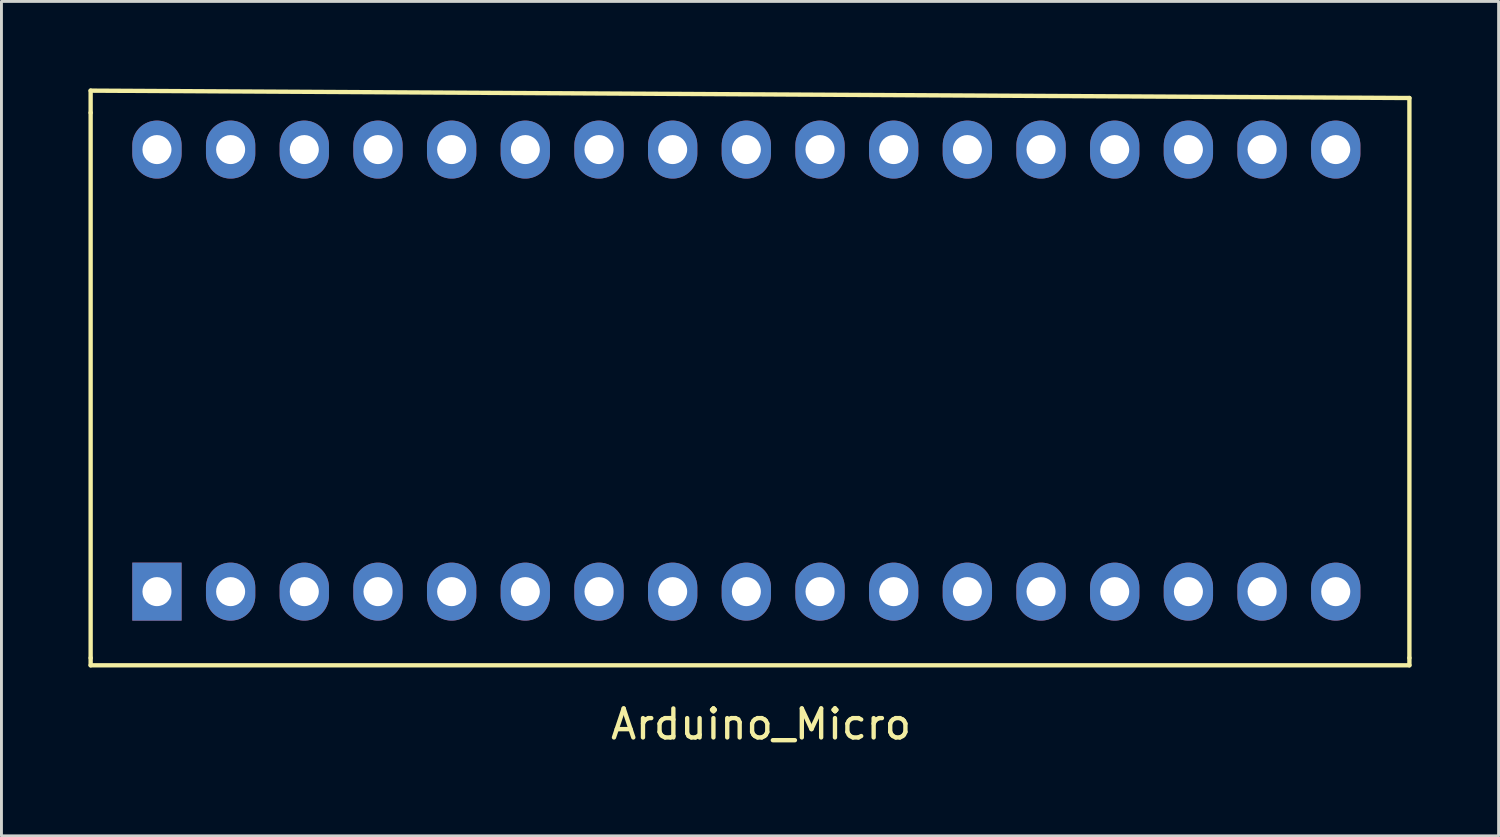
<source format=kicad_pcb>
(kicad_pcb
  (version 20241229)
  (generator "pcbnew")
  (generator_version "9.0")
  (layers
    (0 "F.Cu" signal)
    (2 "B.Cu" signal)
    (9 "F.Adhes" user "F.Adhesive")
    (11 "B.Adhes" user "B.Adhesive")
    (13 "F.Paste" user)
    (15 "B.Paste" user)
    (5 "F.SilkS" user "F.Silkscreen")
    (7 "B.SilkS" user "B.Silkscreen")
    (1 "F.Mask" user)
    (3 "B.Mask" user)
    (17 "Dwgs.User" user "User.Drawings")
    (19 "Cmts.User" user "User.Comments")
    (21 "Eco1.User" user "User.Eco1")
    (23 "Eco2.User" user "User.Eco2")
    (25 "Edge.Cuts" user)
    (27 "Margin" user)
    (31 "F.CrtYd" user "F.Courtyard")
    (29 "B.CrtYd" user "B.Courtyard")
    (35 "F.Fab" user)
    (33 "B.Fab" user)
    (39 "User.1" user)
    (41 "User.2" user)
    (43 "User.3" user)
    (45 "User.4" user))
  (footprint "Arduino_Micro"
    (layer "F.Cu")
    (at 2.361 17.347)
    (property "Reference" "Arduino_Micro" (at 20.828 4.572 0) (layer "F.SilkS") (effects (font (size 1 1) (thickness 0.15))))
    (attr through_hole)
    (fp_line (start -2.286 -17.272) (end -2.286 -16.51) (stroke (width 0.15) (type solid)) (layer "F.SilkS"))
    (fp_line (start -2.286 -16.51) (end -2.286 2.286) (stroke (width 0.15) (type solid)) (layer "F.SilkS"))
    (fp_line (start -2.286 2.54) (end -2.286 2.286) (stroke (width 0.15) (type solid)) (layer "F.SilkS"))
    (fp_line (start -2.286 2.54) (end 43.18 2.54) (stroke (width 0.15) (type solid)) (layer "F.SilkS"))
    (fp_line (start 43.18 -17.018) (end -2.286 -17.272) (stroke (width 0.15) (type solid)) (layer "F.SilkS"))
    (fp_line (start 43.18 2.286) (end 43.18 -17.018) (stroke (width 0.15) (type solid)) (layer "F.SilkS"))
    (fp_line (start 43.18 2.54) (end 43.18 2.286) (stroke (width 0.15) (type solid)) (layer "F.SilkS"))
    (pad "1" thru_hole rect (at 0 0) (size 1.7 2) (drill 1) (layers "*.Cu" "*.Mask"))
    (pad "2" thru_hole oval (at 2.54 0) (size 1.7 2) (drill 1) (layers "*.Cu" "*.Mask"))
    (pad "3" thru_hole oval (at 5.08 0) (size 1.7 2) (drill 1) (layers "*.Cu" "*.Mask"))
    (pad "4" thru_hole oval (at 7.62 0) (size 1.7 2) (drill 1) (layers "*.Cu" "*.Mask"))
    (pad "5" thru_hole oval (at 10.16 0) (size 1.7 2) (drill 1) (layers "*.Cu" "*.Mask"))
    (pad "6" thru_hole oval (at 12.7 0) (size 1.7 2) (drill 1) (layers "*.Cu" "*.Mask"))
    (pad "7" thru_hole oval (at 15.24 0) (size 1.7 2) (drill 1) (layers "*.Cu" "*.Mask"))
    (pad "8" thru_hole oval (at 17.78 0) (size 1.7 2) (drill 1) (layers "*.Cu" "*.Mask"))
    (pad "9" thru_hole oval (at 20.32 0) (size 1.7 2) (drill 1) (layers "*.Cu" "*.Mask"))
    (pad "10" thru_hole oval (at 22.86 0) (size 1.7 2) (drill 1) (layers "*.Cu" "*.Mask"))
    (pad "11" thru_hole oval (at 25.4 0) (size 1.7 2) (drill 1) (layers "*.Cu" "*.Mask"))
    (pad "12" thru_hole oval (at 27.94 0) (size 1.7 2) (drill 1) (layers "*.Cu" "*.Mask"))
    (pad "13" thru_hole oval (at 30.48 0) (size 1.7 2) (drill 1) (layers "*.Cu" "*.Mask"))
    (pad "14" thru_hole oval (at 33.02 0) (size 1.7 2) (drill 1) (layers "*.Cu" "*.Mask"))
    (pad "15" thru_hole oval (at 35.56 0) (size 1.7 2) (drill 1) (layers "*.Cu" "*.Mask"))
    (pad "16" thru_hole oval (at 38.1 0) (size 1.7 2) (drill 1) (layers "*.Cu" "*.Mask"))
    (pad "17" thru_hole oval (at 40.64 0) (size 1.7 2) (drill 1) (layers "*.Cu" "*.Mask"))
    (pad "18" thru_hole oval (at 40.64 -15.24) (size 1.7 2) (drill 1) (layers "*.Cu" "*.Mask"))
    (pad "19" thru_hole oval (at 38.1 -15.24) (size 1.7 2) (drill 1) (layers "*.Cu" "*.Mask"))
    (pad "20" thru_hole oval (at 35.56 -15.24) (size 1.7 2) (drill 1) (layers "*.Cu" "*.Mask"))
    (pad "21" thru_hole oval (at 33.02 -15.24) (size 1.7 2) (drill 1) (layers "*.Cu" "*.Mask"))
    (pad "22" thru_hole oval (at 30.48 -15.24) (size 1.7 2) (drill 1) (layers "*.Cu" "*.Mask"))
    (pad "23" thru_hole oval (at 27.94 -15.24) (size 1.7 2) (drill 1) (layers "*.Cu" "*.Mask"))
    (pad "24" thru_hole oval (at 25.4 -15.24) (size 1.7 2) (drill 1) (layers "*.Cu" "*.Mask"))
    (pad "25" thru_hole oval (at 22.86 -15.24) (size 1.7 2) (drill 1) (layers "*.Cu" "*.Mask"))
    (pad "26" thru_hole oval (at 20.32 -15.24) (size 1.7 2) (drill 1) (layers "*.Cu" "*.Mask"))
    (pad "27" thru_hole oval (at 17.78 -15.24) (size 1.7 2) (drill 1) (layers "*.Cu" "*.Mask"))
    (pad "28" thru_hole oval (at 15.24 -15.24) (size 1.7 2) (drill 1) (layers "*.Cu" "*.Mask"))
    (pad "29" thru_hole oval (at 12.7 -15.24) (size 1.7 2) (drill 1) (layers "*.Cu" "*.Mask"))
    (pad "30" thru_hole oval (at 10.16 -15.24) (size 1.7 2) (drill 1) (layers "*.Cu" "*.Mask"))
    (pad "31" thru_hole oval (at 7.62 -15.24) (size 1.7 2) (drill 1) (layers "*.Cu" "*.Mask"))
    (pad "32" thru_hole oval (at 5.08 -15.24) (size 1.7 2) (drill 1) (layers "*.Cu" "*.Mask"))
    (pad "33" thru_hole oval (at 2.54 -15.24) (size 1.7 2) (drill 1) (layers "*.Cu" "*.Mask"))
    (pad "34" thru_hole oval (at 0 -15.24) (size 1.7 2) (drill 1) (layers "*.Cu" "*.Mask")))
  (gr_rect
    (start -3 -3)
    (end 48.616 25.767)
    (stroke (width 0.1) (type default))
    (fill no)
    (layer "Edge.Cuts")))
</source>
